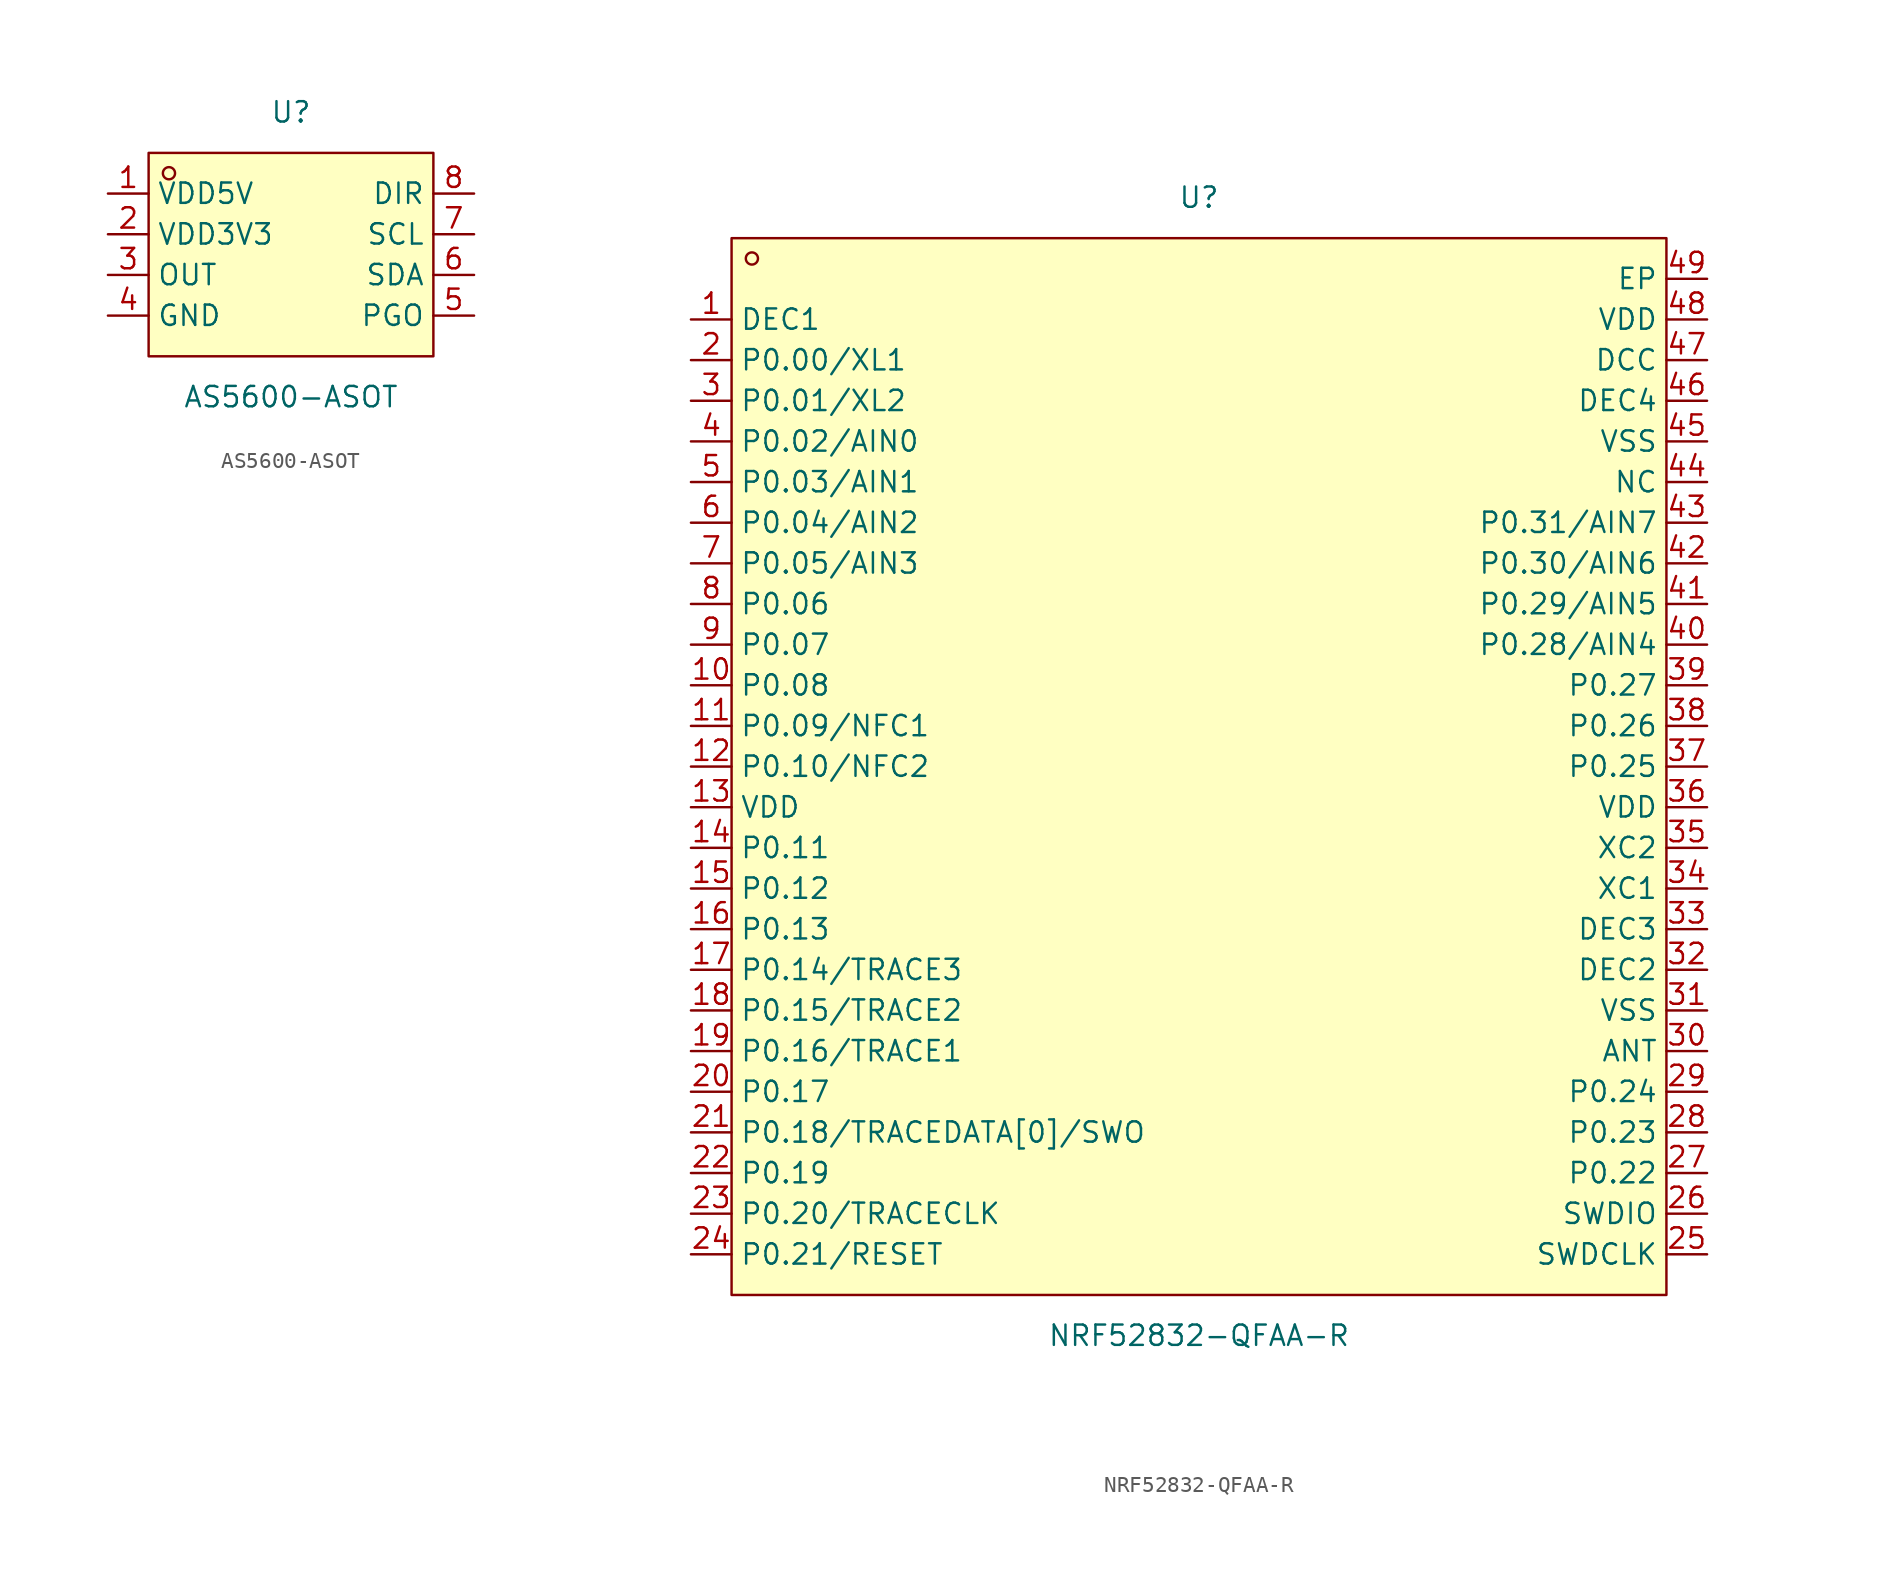
<source format=kicad_sym>
(kicad_symbol_lib
  (version 20211014)
  (generator https://github.com/uPesy/easyeda2kicad.py)
  (symbol "AS5600-ASOT"
    (property "Reference" "U"
      (at 0 8.89 0)
      (effects (font (size 1.27 1.27))))
    (property "Value" "AS5600-ASOT"
      (at 0 -8.89 0)
      (effects (font (size 1.27 1.27))))
    (symbol "AS5600-ASOT_0_1"
      (rectangle (start -8.89 6.35) (end 8.89 -6.35) (stroke (width 0) (type default) (color 0 0 0 0)) (fill (type background)))
      (circle (center -7.62 5.08) (radius 0.38) (stroke (width 0) (type default) (color 0 0 0 0)) (fill (type none)))
      (pin unspecified line (at -11.43 3.81 0) (length 2.54) (name "VDD5V" (effects (font (size 1.27 1.27)))) (number "1" (effects (font (size 1.27 1.27)))))
      (pin unspecified line (at -11.43 1.27 0) (length 2.54) (name "VDD3V3" (effects (font (size 1.27 1.27)))) (number "2" (effects (font (size 1.27 1.27)))))
      (pin unspecified line (at -11.43 -1.27 0) (length 2.54) (name "OUT" (effects (font (size 1.27 1.27)))) (number "3" (effects (font (size 1.27 1.27)))))
      (pin unspecified line (at -11.43 -3.81 0) (length 2.54) (name "GND" (effects (font (size 1.27 1.27)))) (number "4" (effects (font (size 1.27 1.27)))))
      (pin unspecified line (at 11.43 -3.81 180) (length 2.54) (name "PGO" (effects (font (size 1.27 1.27)))) (number "5" (effects (font (size 1.27 1.27)))))
      (pin unspecified line (at 11.43 -1.27 180) (length 2.54) (name "SDA" (effects (font (size 1.27 1.27)))) (number "6" (effects (font (size 1.27 1.27)))))
      (pin unspecified line (at 11.43 1.27 180) (length 2.54) (name "SCL" (effects (font (size 1.27 1.27)))) (number "7" (effects (font (size 1.27 1.27)))))
      (pin unspecified line (at 11.43 3.81 180) (length 2.54) (name "DIR" (effects (font (size 1.27 1.27)))) (number "8" (effects (font (size 1.27 1.27)))))))
  (symbol "NRF52832-QFAA-R"
    (property "Reference" "U"
      (at 0 35.56 0)
      (effects (font (size 1.27 1.27))))
    (property "Value" "NRF52832-QFAA-R"
      (at 0 -35.56 0)
      (effects (font (size 1.27 1.27))))
    (symbol "NRF52832-QFAA-R_0_1"
      (rectangle (start -29.21 33.02) (end 29.21 -33.02) (stroke (width 0) (type default) (color 0 0 0 0)) (fill (type background)))
      (circle (center -27.94 31.75) (radius 0.38) (stroke (width 0) (type default) (color 0 0 0 0)) (fill (type none)))
      (pin unspecified line (at -31.75 27.94 0) (length 2.54) (name "DEC1" (effects (font (size 1.27 1.27)))) (number "1" (effects (font (size 1.27 1.27)))))
      (pin unspecified line (at -31.75 25.40 0) (length 2.54) (name "P0.00/XL1" (effects (font (size 1.27 1.27)))) (number "2" (effects (font (size 1.27 1.27)))))
      (pin unspecified line (at -31.75 22.86 0) (length 2.54) (name "P0.01/XL2" (effects (font (size 1.27 1.27)))) (number "3" (effects (font (size 1.27 1.27)))))
      (pin unspecified line (at -31.75 20.32 0) (length 2.54) (name "P0.02/AIN0" (effects (font (size 1.27 1.27)))) (number "4" (effects (font (size 1.27 1.27)))))
      (pin unspecified line (at -31.75 17.78 0) (length 2.54) (name "P0.03/AIN1" (effects (font (size 1.27 1.27)))) (number "5" (effects (font (size 1.27 1.27)))))
      (pin unspecified line (at -31.75 15.24 0) (length 2.54) (name "P0.04/AIN2" (effects (font (size 1.27 1.27)))) (number "6" (effects (font (size 1.27 1.27)))))
      (pin unspecified line (at -31.75 12.70 0) (length 2.54) (name "P0.05/AIN3" (effects (font (size 1.27 1.27)))) (number "7" (effects (font (size 1.27 1.27)))))
      (pin unspecified line (at -31.75 10.16 0) (length 2.54) (name "P0.06" (effects (font (size 1.27 1.27)))) (number "8" (effects (font (size 1.27 1.27)))))
      (pin unspecified line (at -31.75 7.62 0) (length 2.54) (name "P0.07" (effects (font (size 1.27 1.27)))) (number "9" (effects (font (size 1.27 1.27)))))
      (pin unspecified line (at -31.75 5.08 0) (length 2.54) (name "P0.08" (effects (font (size 1.27 1.27)))) (number "10" (effects (font (size 1.27 1.27)))))
      (pin unspecified line (at -31.75 2.54 0) (length 2.54) (name "P0.09/NFC1" (effects (font (size 1.27 1.27)))) (number "11" (effects (font (size 1.27 1.27)))))
      (pin unspecified line (at -31.75 -0.00 0) (length 2.54) (name "P0.10/NFC2" (effects (font (size 1.27 1.27)))) (number "12" (effects (font (size 1.27 1.27)))))
      (pin unspecified line (at -31.75 -2.54 0) (length 2.54) (name "VDD" (effects (font (size 1.27 1.27)))) (number "13" (effects (font (size 1.27 1.27)))))
      (pin unspecified line (at -31.75 -5.08 0) (length 2.54) (name "P0.11" (effects (font (size 1.27 1.27)))) (number "14" (effects (font (size 1.27 1.27)))))
      (pin unspecified line (at -31.75 -7.62 0) (length 2.54) (name "P0.12" (effects (font (size 1.27 1.27)))) (number "15" (effects (font (size 1.27 1.27)))))
      (pin unspecified line (at -31.75 -10.16 0) (length 2.54) (name "P0.13" (effects (font (size 1.27 1.27)))) (number "16" (effects (font (size 1.27 1.27)))))
      (pin unspecified line (at -31.75 -12.70 0) (length 2.54) (name "P0.14/TRACE3" (effects (font (size 1.27 1.27)))) (number "17" (effects (font (size 1.27 1.27)))))
      (pin unspecified line (at -31.75 -15.24 0) (length 2.54) (name "P0.15/TRACE2" (effects (font (size 1.27 1.27)))) (number "18" (effects (font (size 1.27 1.27)))))
      (pin unspecified line (at -31.75 -17.78 0) (length 2.54) (name "P0.16/TRACE1" (effects (font (size 1.27 1.27)))) (number "19" (effects (font (size 1.27 1.27)))))
      (pin unspecified line (at -31.75 -20.32 0) (length 2.54) (name "P0.17" (effects (font (size 1.27 1.27)))) (number "20" (effects (font (size 1.27 1.27)))))
      (pin unspecified line (at -31.75 -22.86 0) (length 2.54) (name "P0.18/TRACEDATA[0]/SWO" (effects (font (size 1.27 1.27)))) (number "21" (effects (font (size 1.27 1.27)))))
      (pin unspecified line (at -31.75 -25.40 0) (length 2.54) (name "P0.19" (effects (font (size 1.27 1.27)))) (number "22" (effects (font (size 1.27 1.27)))))
      (pin unspecified line (at -31.75 -27.94 0) (length 2.54) (name "P0.20/TRACECLK" (effects (font (size 1.27 1.27)))) (number "23" (effects (font (size 1.27 1.27)))))
      (pin unspecified line (at -31.75 -30.48 0) (length 2.54) (name "P0.21/RESET" (effects (font (size 1.27 1.27)))) (number "24" (effects (font (size 1.27 1.27)))))
      (pin unspecified line (at 31.75 -30.48 180) (length 2.54) (name "SWDCLK" (effects (font (size 1.27 1.27)))) (number "25" (effects (font (size 1.27 1.27)))))
      (pin unspecified line (at 31.75 -27.94 180) (length 2.54) (name "SWDIO" (effects (font (size 1.27 1.27)))) (number "26" (effects (font (size 1.27 1.27)))))
      (pin unspecified line (at 31.75 -25.40 180) (length 2.54) (name "P0.22" (effects (font (size 1.27 1.27)))) (number "27" (effects (font (size 1.27 1.27)))))
      (pin unspecified line (at 31.75 -22.86 180) (length 2.54) (name "P0.23" (effects (font (size 1.27 1.27)))) (number "28" (effects (font (size 1.27 1.27)))))
      (pin unspecified line (at 31.75 -20.32 180) (length 2.54) (name "P0.24" (effects (font (size 1.27 1.27)))) (number "29" (effects (font (size 1.27 1.27)))))
      (pin unspecified line (at 31.75 -17.78 180) (length 2.54) (name "ANT" (effects (font (size 1.27 1.27)))) (number "30" (effects (font (size 1.27 1.27)))))
      (pin unspecified line (at 31.75 -15.24 180) (length 2.54) (name "VSS" (effects (font (size 1.27 1.27)))) (number "31" (effects (font (size 1.27 1.27)))))
      (pin unspecified line (at 31.75 -12.70 180) (length 2.54) (name "DEC2" (effects (font (size 1.27 1.27)))) (number "32" (effects (font (size 1.27 1.27)))))
      (pin unspecified line (at 31.75 -10.16 180) (length 2.54) (name "DEC3" (effects (font (size 1.27 1.27)))) (number "33" (effects (font (size 1.27 1.27)))))
      (pin unspecified line (at 31.75 -7.62 180) (length 2.54) (name "XC1" (effects (font (size 1.27 1.27)))) (number "34" (effects (font (size 1.27 1.27)))))
      (pin unspecified line (at 31.75 -5.08 180) (length 2.54) (name "XC2" (effects (font (size 1.27 1.27)))) (number "35" (effects (font (size 1.27 1.27)))))
      (pin unspecified line (at 31.75 -2.54 180) (length 2.54) (name "VDD" (effects (font (size 1.27 1.27)))) (number "36" (effects (font (size 1.27 1.27)))))
      (pin unspecified line (at 31.75 -0.00 180) (length 2.54) (name "P0.25" (effects (font (size 1.27 1.27)))) (number "37" (effects (font (size 1.27 1.27)))))
      (pin unspecified line (at 31.75 2.54 180) (length 2.54) (name "P0.26" (effects (font (size 1.27 1.27)))) (number "38" (effects (font (size 1.27 1.27)))))
      (pin unspecified line (at 31.75 5.08 180) (length 2.54) (name "P0.27" (effects (font (size 1.27 1.27)))) (number "39" (effects (font (size 1.27 1.27)))))
      (pin unspecified line (at 31.75 7.62 180) (length 2.54) (name "P0.28/AIN4" (effects (font (size 1.27 1.27)))) (number "40" (effects (font (size 1.27 1.27)))))
      (pin unspecified line (at 31.75 10.16 180) (length 2.54) (name "P0.29/AIN5" (effects (font (size 1.27 1.27)))) (number "41" (effects (font (size 1.27 1.27)))))
      (pin unspecified line (at 31.75 12.70 180) (length 2.54) (name "P0.30/AIN6" (effects (font (size 1.27 1.27)))) (number "42" (effects (font (size 1.27 1.27)))))
      (pin unspecified line (at 31.75 15.24 180) (length 2.54) (name "P0.31/AIN7" (effects (font (size 1.27 1.27)))) (number "43" (effects (font (size 1.27 1.27)))))
      (pin unspecified line (at 31.75 17.78 180) (length 2.54) (name "NC" (effects (font (size 1.27 1.27)))) (number "44" (effects (font (size 1.27 1.27)))))
      (pin unspecified line (at 31.75 20.32 180) (length 2.54) (name "VSS" (effects (font (size 1.27 1.27)))) (number "45" (effects (font (size 1.27 1.27)))))
      (pin unspecified line (at 31.75 22.86 180) (length 2.54) (name "DEC4" (effects (font (size 1.27 1.27)))) (number "46" (effects (font (size 1.27 1.27)))))
      (pin unspecified line (at 31.75 25.40 180) (length 2.54) (name "DCC" (effects (font (size 1.27 1.27)))) (number "47" (effects (font (size 1.27 1.27)))))
      (pin unspecified line (at 31.75 27.94 180) (length 2.54) (name "VDD" (effects (font (size 1.27 1.27)))) (number "48" (effects (font (size 1.27 1.27)))))
      (pin unspecified line (at 31.75 30.48 180) (length 2.54) (name "EP" (effects (font (size 1.27 1.27)))) (number "49" (effects (font (size 1.27 1.27))))))))
</source>
